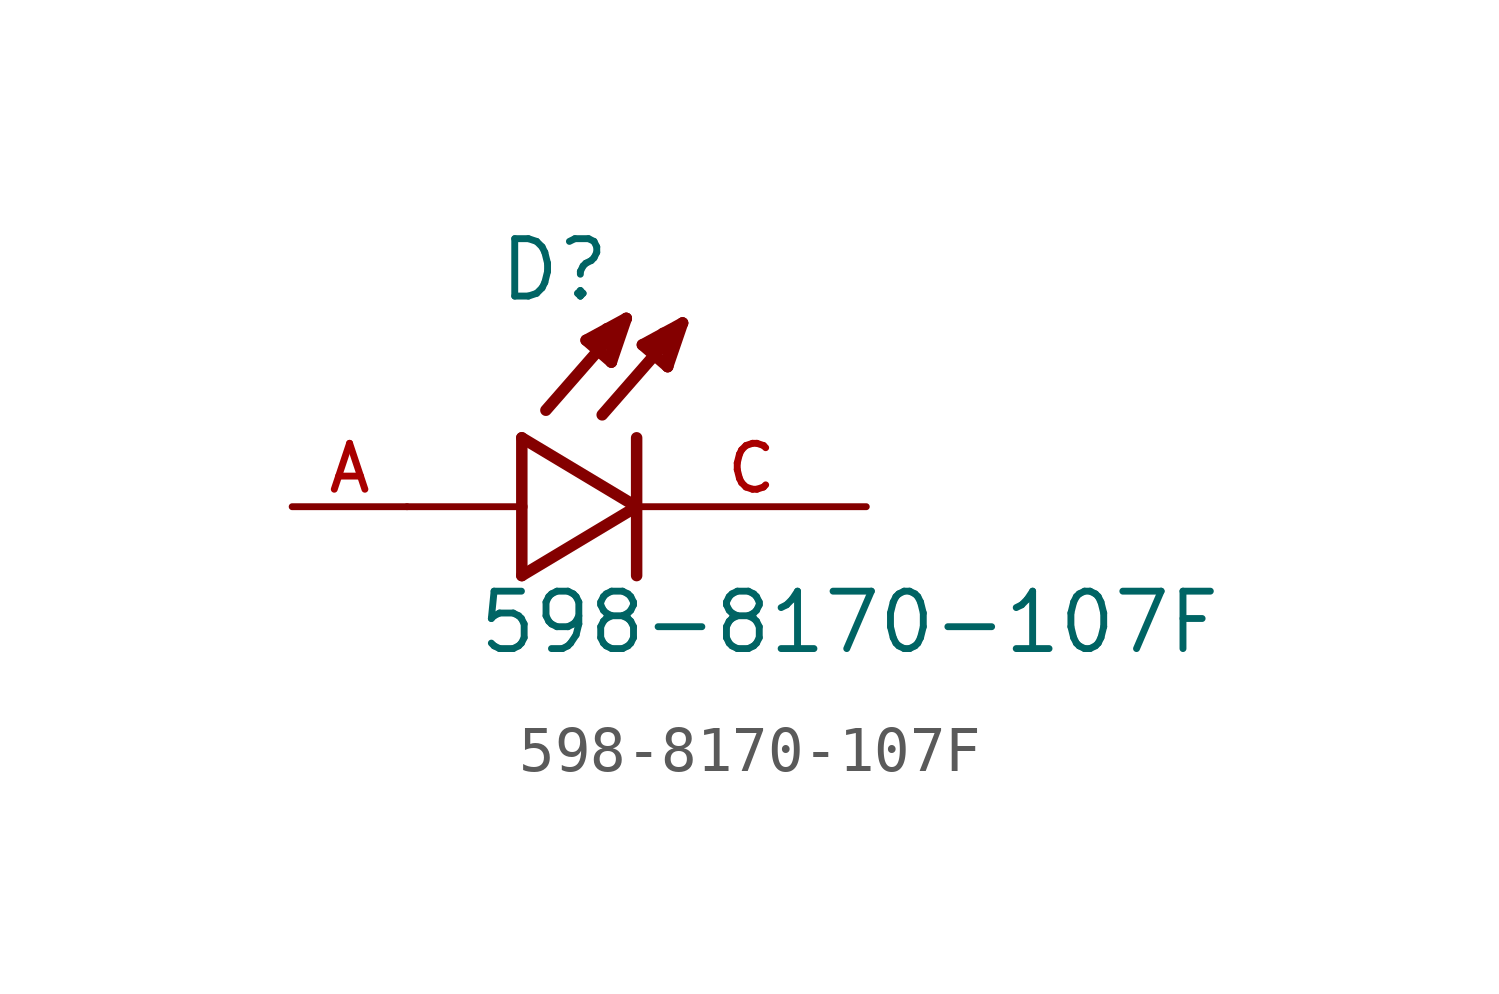
<source format=kicad_sym>
(kicad_symbol_lib
  (version 20211014)
  (generator kicad_symbol_editor)
  (symbol "598-8170-107F"
    (pin_names
      (offset 1.016))
    (property "Reference" "D"
      (at -3.099 4.496 0)
      (effects (font (size 1.27 1.27)) (justify bottom left)))
    (property "Value" "598-8170-107F"
      (at -3.556 -3.302 0)
      (effects (font (size 1.27 1.27)) (justify bottom left)))
    (symbol "598-8170-107F_0_0"
      (polyline (pts (xy -2.54 1.524) (xy -2.54 0.0)) (stroke (width 0.254)))
      (polyline (pts (xy -2.54 0.0) (xy -2.54 -1.524)) (stroke (width 0.254)))
      (polyline (pts (xy -2.54 -1.524) (xy 0.0 0.0)) (stroke (width 0.254)))
      (polyline (pts (xy 0.0 0.0) (xy -2.54 1.524)) (stroke (width 0.254)))
      (polyline (pts (xy 0.0 1.524) (xy 0.0 -1.524)) (stroke (width 0.254)))
      (polyline (pts (xy -2.54 0.0) (xy -5.08 0.0)) (stroke (width 0.152)))
      (polyline (pts (xy 1.016 4.064) (xy -0.762 2.032)) (stroke (width 0.254)))
      (polyline (pts (xy 0.686 3.099) (xy 0.127 3.581)) (stroke (width 0.254)))
      (polyline (pts (xy 0.127 3.581) (xy 1.016 4.064)) (stroke (width 0.254)))
      (polyline (pts (xy 1.016 4.064) (xy 0.686 3.099)) (stroke (width 0.254)))
      (polyline (pts (xy 0.686 3.099) (xy 0.711 3.835)) (stroke (width 0.254)))
      (polyline (pts (xy 0.711 3.835) (xy 0.584 3.835)) (stroke (width 0.254)))
      (polyline (pts (xy 0.305 3.505) (xy 0.533 3.658)) (stroke (width 0.254)))
      (polyline (pts (xy -0.229 4.166) (xy -2.007 2.134)) (stroke (width 0.254)))
      (polyline (pts (xy -0.559 3.2) (xy -1.118 3.683)) (stroke (width 0.254)))
      (polyline (pts (xy -1.118 3.683) (xy -0.229 4.166)) (stroke (width 0.254)))
      (polyline (pts (xy -0.229 4.166) (xy -0.559 3.2)) (stroke (width 0.254)))
      (polyline (pts (xy -0.559 3.2) (xy -0.533 3.937)) (stroke (width 0.254)))
      (polyline (pts (xy -0.533 3.937) (xy -0.66 3.937)) (stroke (width 0.254)))
      (polyline (pts (xy -0.94 3.607) (xy -0.711 3.759)) (stroke (width 0.254)))
      (pin passive line (at 5.08 0.0 180.0) (length 5.08) (name "~" (effects (font (size 1.016 1.016)))) (number "C" (effects (font (size 1.016 1.016)))))
      (pin passive line (at -7.62 0.0 0) (length 2.54) (name "~" (effects (font (size 1.016 1.016)))) (number "A" (effects (font (size 1.016 1.016))))))))
</source>
